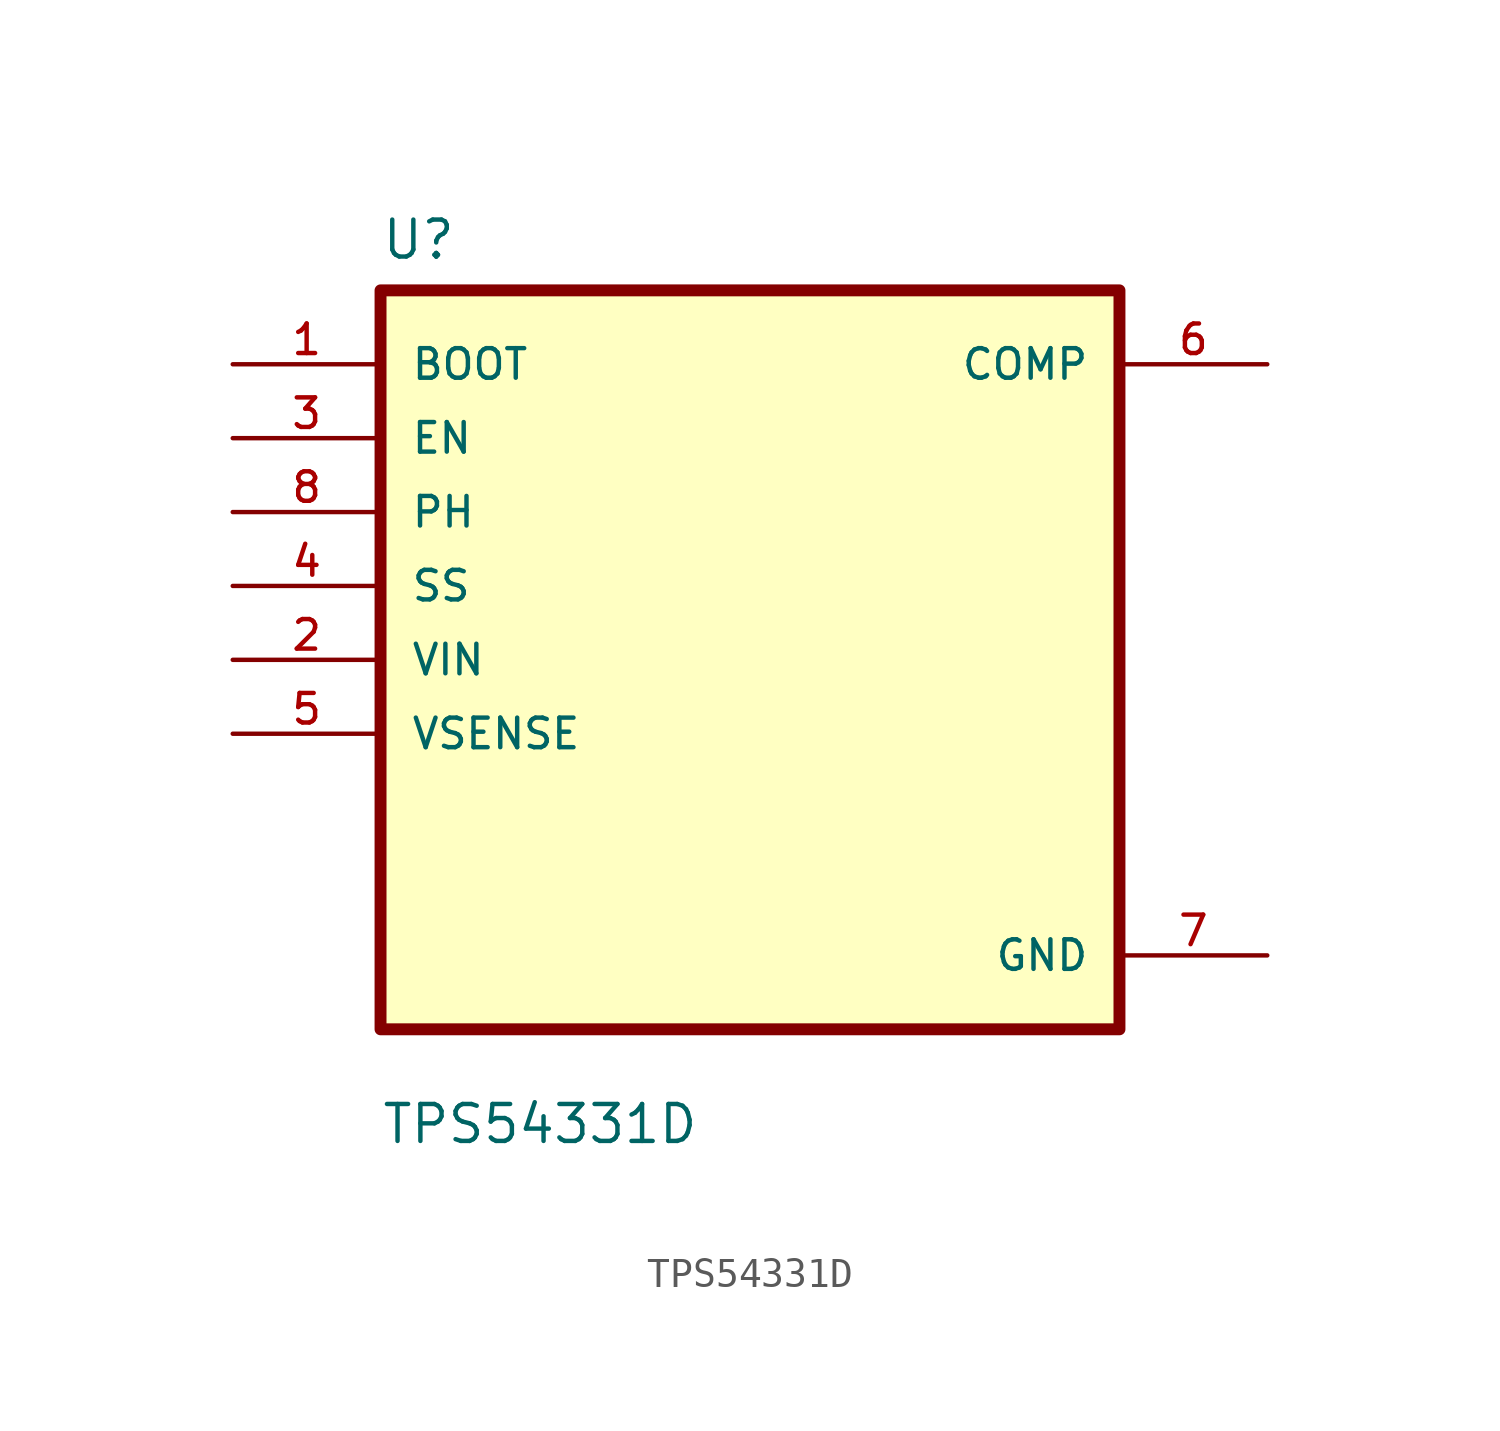
<source format=kicad_sym>
(kicad_symbol_lib
  (version 20211014)
  (generator kicad_symbol_editor)
  (symbol "TPS54331D"
    (pin_names
      (offset 1.016))
    (property "Reference" "U"
      (at -12.7 13.7 0.0)
      (effects (font (size 1.27 1.27)) (justify bottom left)))
    (property "Value" "TPS54331D"
      (at -12.7 -16.7 0.0)
      (effects (font (size 1.27 1.27)) (justify bottom left)))
    (symbol "TPS54331D_0_0"
      (rectangle (start -12.7 -12.7) (end 12.7 12.7) (stroke (width 0.41)) (fill (type background)))
      (pin input line (at -17.78 10.16 0) (length 5.08) (name "BOOT" (effects (font (size 1.016 1.016)))) (number "1" (effects (font (size 1.016 1.016)))))
      (pin input line (at -17.78 7.62 0) (length 5.08) (name "EN" (effects (font (size 1.016 1.016)))) (number "3" (effects (font (size 1.016 1.016)))))
      (pin input line (at -17.78 5.08 0) (length 5.08) (name "PH" (effects (font (size 1.016 1.016)))) (number "8" (effects (font (size 1.016 1.016)))))
      (pin input line (at -17.78 2.54 0) (length 5.08) (name "SS" (effects (font (size 1.016 1.016)))) (number "4" (effects (font (size 1.016 1.016)))))
      (pin input line (at -17.78 0.0 0) (length 5.08) (name "VIN" (effects (font (size 1.016 1.016)))) (number "2" (effects (font (size 1.016 1.016)))))
      (pin input line (at -17.78 -2.54 0) (length 5.08) (name "VSENSE" (effects (font (size 1.016 1.016)))) (number "5" (effects (font (size 1.016 1.016)))))
      (pin output line (at 17.78 10.16 180.0) (length 5.08) (name "COMP" (effects (font (size 1.016 1.016)))) (number "6" (effects (font (size 1.016 1.016)))))
      (pin power_in line (at 17.78 -10.16 180.0) (length 5.08) (name "GND" (effects (font (size 1.016 1.016)))) (number "7" (effects (font (size 1.016 1.016))))))))
</source>
